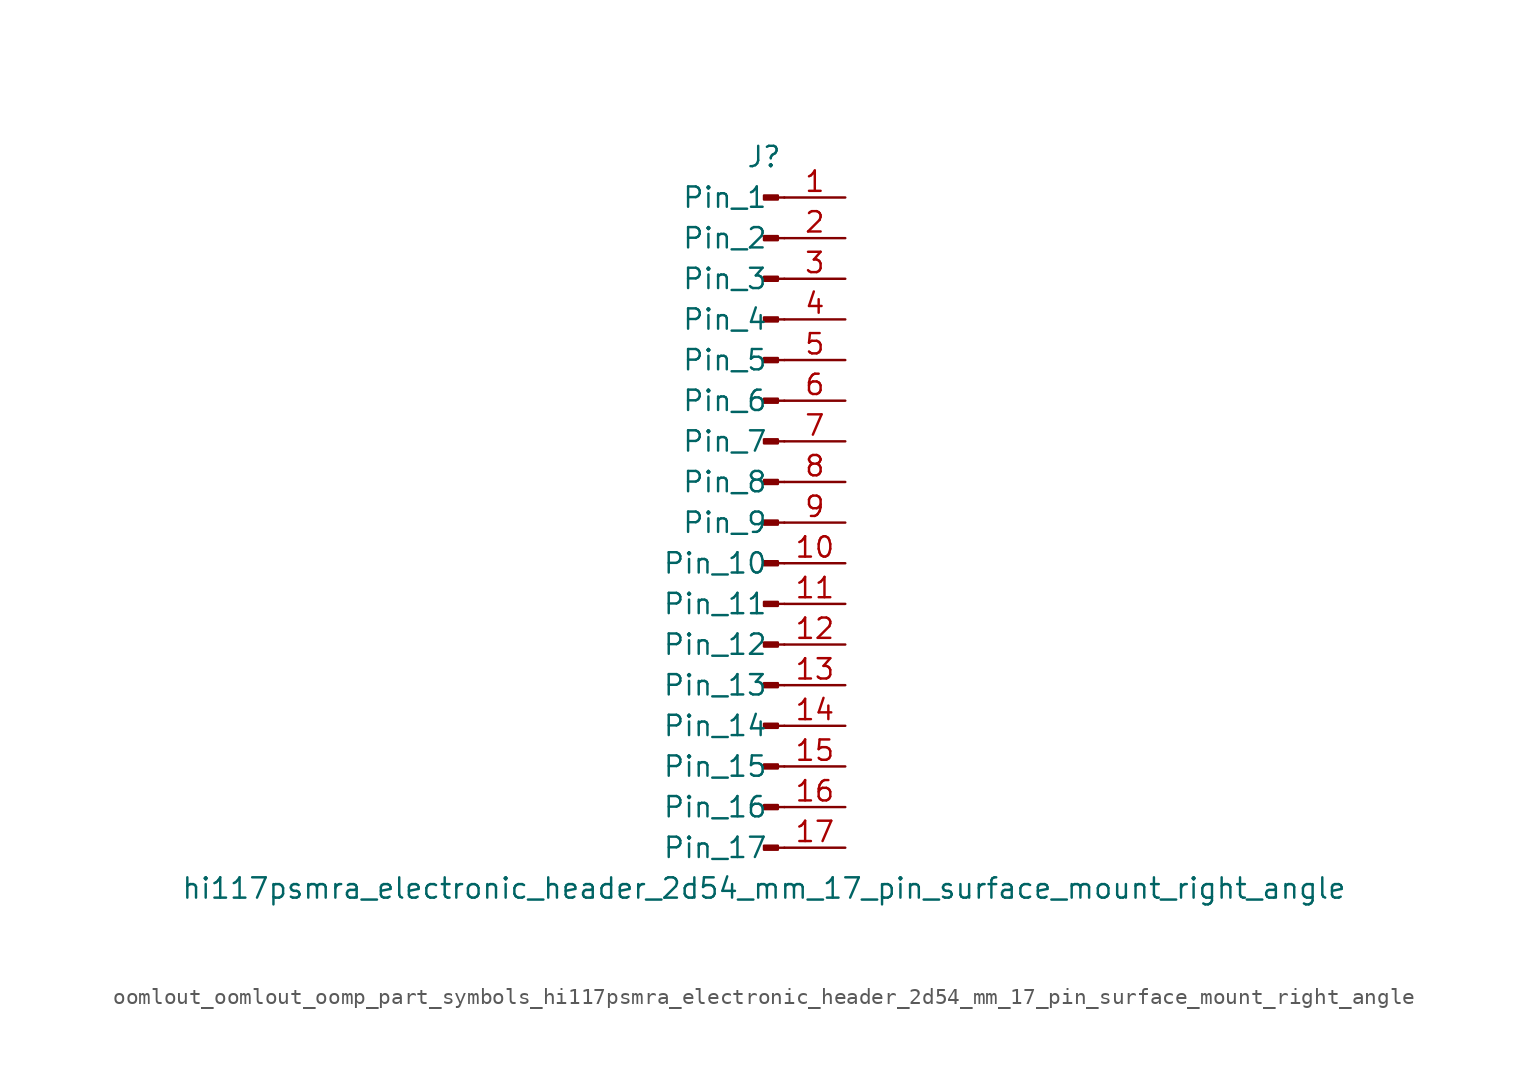
<source format=kicad_sym>
(kicad_symbol_lib
  (version 20220914)
  (generator kicad_symbol_editor)
  (symbol "oomlout_oomlout_oomp_part_symbols_hi117psmra_electronic_header_2d54_mm_17_pin_surface_mount_right_angle"
    (pin_names
      (offset 1.016))
    (property "Reference" "J"
      (at 0 22.86 0)
      (effects (font (size 1.27 1.27))))
    (property "Value" "hi117psmra_electronic_header_2d54_mm_17_pin_surface_mount_right_angle"
      (at 0 -22.86 0)
      (effects (font (size 1.27 1.27))))
    (property "ki_locked" ""
      (at 0 0 0)
      (effects (font (size 1.27 1.27))))
    (symbol "oomlout_oomlout_oomp_part_symbols_hi117psmra_electronic_header_2d54_mm_17_pin_surface_mount_right_angle_1_1"
      (polyline (pts (xy 1.27 -20.32) (xy 0.864 -20.32)) (stroke (width 0.152) (type default)) (fill (type none)))
      (polyline (pts (xy 1.27 -17.78) (xy 0.864 -17.78)) (stroke (width 0.152) (type default)) (fill (type none)))
      (polyline (pts (xy 1.27 -15.24) (xy 0.864 -15.24)) (stroke (width 0.152) (type default)) (fill (type none)))
      (polyline (pts (xy 1.27 -12.7) (xy 0.864 -12.7)) (stroke (width 0.152) (type default)) (fill (type none)))
      (polyline (pts (xy 1.27 -10.16) (xy 0.864 -10.16)) (stroke (width 0.152) (type default)) (fill (type none)))
      (polyline (pts (xy 1.27 -7.62) (xy 0.864 -7.62)) (stroke (width 0.152) (type default)) (fill (type none)))
      (polyline (pts (xy 1.27 -5.08) (xy 0.864 -5.08)) (stroke (width 0.152) (type default)) (fill (type none)))
      (polyline (pts (xy 1.27 -2.54) (xy 0.864 -2.54)) (stroke (width 0.152) (type default)) (fill (type none)))
      (polyline (pts (xy 1.27 0) (xy 0.864 0)) (stroke (width 0.152) (type default)) (fill (type none)))
      (polyline (pts (xy 1.27 2.54) (xy 0.864 2.54)) (stroke (width 0.152) (type default)) (fill (type none)))
      (polyline (pts (xy 1.27 5.08) (xy 0.864 5.08)) (stroke (width 0.152) (type default)) (fill (type none)))
      (polyline (pts (xy 1.27 7.62) (xy 0.864 7.62)) (stroke (width 0.152) (type default)) (fill (type none)))
      (polyline (pts (xy 1.27 10.16) (xy 0.864 10.16)) (stroke (width 0.152) (type default)) (fill (type none)))
      (polyline (pts (xy 1.27 12.7) (xy 0.864 12.7)) (stroke (width 0.152) (type default)) (fill (type none)))
      (polyline (pts (xy 1.27 15.24) (xy 0.864 15.24)) (stroke (width 0.152) (type default)) (fill (type none)))
      (polyline (pts (xy 1.27 17.78) (xy 0.864 17.78)) (stroke (width 0.152) (type default)) (fill (type none)))
      (polyline (pts (xy 1.27 20.32) (xy 0.864 20.32)) (stroke (width 0.152) (type default)) (fill (type none)))
      (rectangle (start 0.864 -20.193) (end 0 -20.447) (stroke (width 0.152) (type default)) (fill (type outline)))
      (rectangle (start 0.864 -17.653) (end 0 -17.907) (stroke (width 0.152) (type default)) (fill (type outline)))
      (rectangle (start 0.864 -15.113) (end 0 -15.367) (stroke (width 0.152) (type default)) (fill (type outline)))
      (rectangle (start 0.864 -12.573) (end 0 -12.827) (stroke (width 0.152) (type default)) (fill (type outline)))
      (rectangle (start 0.864 -10.033) (end 0 -10.287) (stroke (width 0.152) (type default)) (fill (type outline)))
      (rectangle (start 0.864 -7.493) (end 0 -7.747) (stroke (width 0.152) (type default)) (fill (type outline)))
      (rectangle (start 0.864 -4.953) (end 0 -5.207) (stroke (width 0.152) (type default)) (fill (type outline)))
      (rectangle (start 0.864 -2.413) (end 0 -2.667) (stroke (width 0.152) (type default)) (fill (type outline)))
      (rectangle (start 0.864 0.127) (end 0 -0.127) (stroke (width 0.152) (type default)) (fill (type outline)))
      (rectangle (start 0.864 2.667) (end 0 2.413) (stroke (width 0.152) (type default)) (fill (type outline)))
      (rectangle (start 0.864 5.207) (end 0 4.953) (stroke (width 0.152) (type default)) (fill (type outline)))
      (rectangle (start 0.864 7.747) (end 0 7.493) (stroke (width 0.152) (type default)) (fill (type outline)))
      (rectangle (start 0.864 10.287) (end 0 10.033) (stroke (width 0.152) (type default)) (fill (type outline)))
      (rectangle (start 0.864 12.827) (end 0 12.573) (stroke (width 0.152) (type default)) (fill (type outline)))
      (rectangle (start 0.864 15.367) (end 0 15.113) (stroke (width 0.152) (type default)) (fill (type outline)))
      (rectangle (start 0.864 17.907) (end 0 17.653) (stroke (width 0.152) (type default)) (fill (type outline)))
      (rectangle (start 0.864 20.447) (end 0 20.193) (stroke (width 0.152) (type default)) (fill (type outline)))
      (pin passive line (at 5.08 20.32 180) (length 3.81) (name "Pin_1" (effects (font (size 1.27 1.27)))) (number "1" (effects (font (size 1.27 1.27)))))
      (pin passive line (at 5.08 -2.54 180) (length 3.81) (name "Pin_10" (effects (font (size 1.27 1.27)))) (number "10" (effects (font (size 1.27 1.27)))))
      (pin passive line (at 5.08 -5.08 180) (length 3.81) (name "Pin_11" (effects (font (size 1.27 1.27)))) (number "11" (effects (font (size 1.27 1.27)))))
      (pin passive line (at 5.08 -7.62 180) (length 3.81) (name "Pin_12" (effects (font (size 1.27 1.27)))) (number "12" (effects (font (size 1.27 1.27)))))
      (pin passive line (at 5.08 -10.16 180) (length 3.81) (name "Pin_13" (effects (font (size 1.27 1.27)))) (number "13" (effects (font (size 1.27 1.27)))))
      (pin passive line (at 5.08 -12.7 180) (length 3.81) (name "Pin_14" (effects (font (size 1.27 1.27)))) (number "14" (effects (font (size 1.27 1.27)))))
      (pin passive line (at 5.08 -15.24 180) (length 3.81) (name "Pin_15" (effects (font (size 1.27 1.27)))) (number "15" (effects (font (size 1.27 1.27)))))
      (pin passive line (at 5.08 -17.78 180) (length 3.81) (name "Pin_16" (effects (font (size 1.27 1.27)))) (number "16" (effects (font (size 1.27 1.27)))))
      (pin passive line (at 5.08 -20.32 180) (length 3.81) (name "Pin_17" (effects (font (size 1.27 1.27)))) (number "17" (effects (font (size 1.27 1.27)))))
      (pin passive line (at 5.08 17.78 180) (length 3.81) (name "Pin_2" (effects (font (size 1.27 1.27)))) (number "2" (effects (font (size 1.27 1.27)))))
      (pin passive line (at 5.08 15.24 180) (length 3.81) (name "Pin_3" (effects (font (size 1.27 1.27)))) (number "3" (effects (font (size 1.27 1.27)))))
      (pin passive line (at 5.08 12.7 180) (length 3.81) (name "Pin_4" (effects (font (size 1.27 1.27)))) (number "4" (effects (font (size 1.27 1.27)))))
      (pin passive line (at 5.08 10.16 180) (length 3.81) (name "Pin_5" (effects (font (size 1.27 1.27)))) (number "5" (effects (font (size 1.27 1.27)))))
      (pin passive line (at 5.08 7.62 180) (length 3.81) (name "Pin_6" (effects (font (size 1.27 1.27)))) (number "6" (effects (font (size 1.27 1.27)))))
      (pin passive line (at 5.08 5.08 180) (length 3.81) (name "Pin_7" (effects (font (size 1.27 1.27)))) (number "7" (effects (font (size 1.27 1.27)))))
      (pin passive line (at 5.08 2.54 180) (length 3.81) (name "Pin_8" (effects (font (size 1.27 1.27)))) (number "8" (effects (font (size 1.27 1.27)))))
      (pin passive line (at 5.08 0 180) (length 3.81) (name "Pin_9" (effects (font (size 1.27 1.27)))) (number "9" (effects (font (size 1.27 1.27))))))))
</source>
